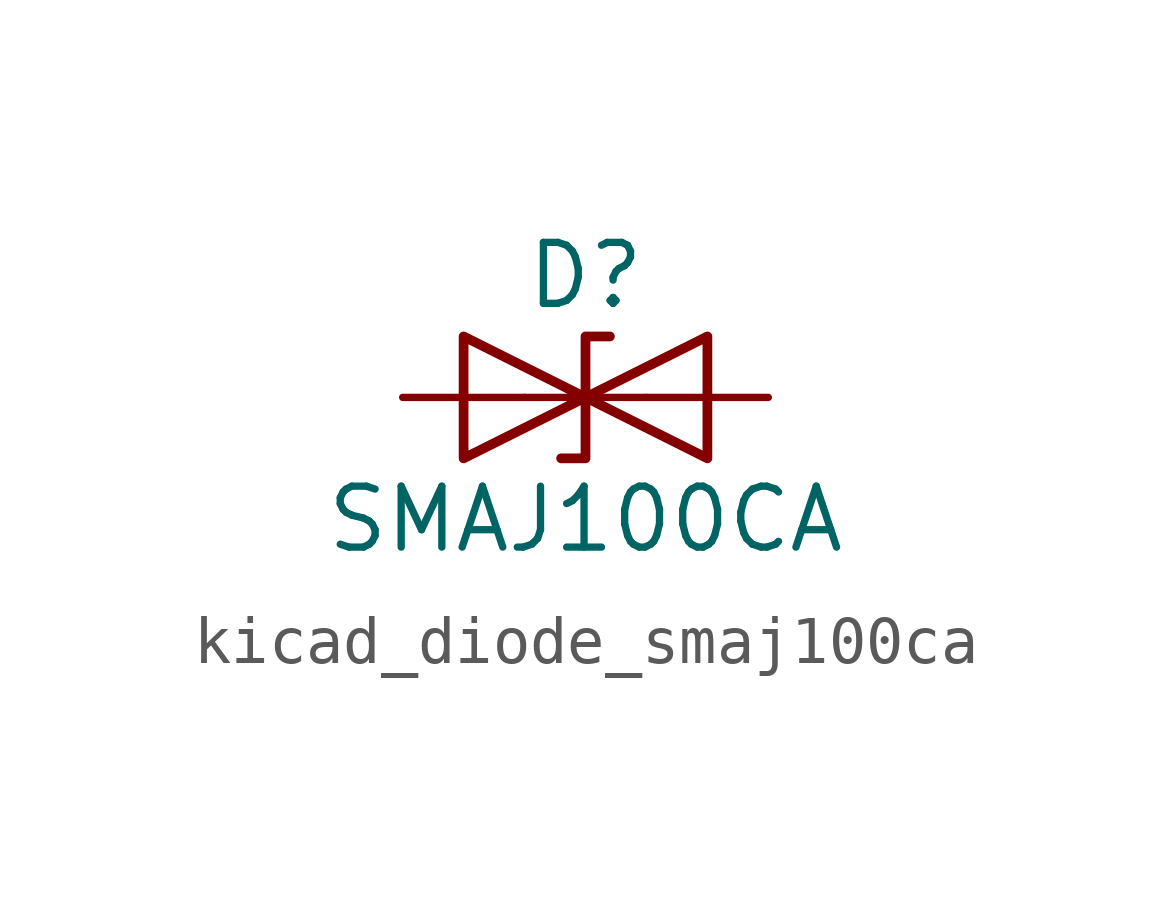
<source format=kicad_sym>
(kicad_symbol_lib
  (version 20220914)
  (generator kicad_symbol_editor)
  (symbol "kicad_diode_smaj100ca"
    (pin_numbers hide)
    (pin_names
      (offset 1.016) hide)
    (property "Reference" "D"
      (at 0 2.54 0)
      (effects (font (size 1.27 1.27))))
    (property "Value" "SMAJ100CA"
      (at 0 -2.54 0)
      (effects (font (size 1.27 1.27))))
    (symbol "kicad_diode_smaj100ca_0_1"
      (polyline (pts (xy 1.27 0) (xy -1.27 0)) (stroke (width 0) (type default)) (fill (type none)))
      (polyline (pts (xy -2.54 -1.27) (xy 0 0) (xy -2.54 1.27) (xy -2.54 -1.27)) (stroke (width 0.203) (type default)) (fill (type none)))
      (polyline (pts (xy 0.508 1.27) (xy 0 1.27) (xy 0 -1.27) (xy -0.508 -1.27)) (stroke (width 0.203) (type default)) (fill (type none)))
      (polyline (pts (xy 2.54 1.27) (xy 2.54 -1.27) (xy 0 0) (xy 2.54 1.27)) (stroke (width 0.203) (type default)) (fill (type none))))
    (symbol "kicad_diode_smaj100ca_1_1"
      (pin passive line (at -3.81 0 0) (length 2.54) (name "A1" (effects (font (size 1.27 1.27)))) (number "1" (effects (font (size 1.27 1.27)))))
      (pin passive line (at 3.81 0 180) (length 2.54) (name "A2" (effects (font (size 1.27 1.27)))) (number "2" (effects (font (size 1.27 1.27))))))))
</source>
